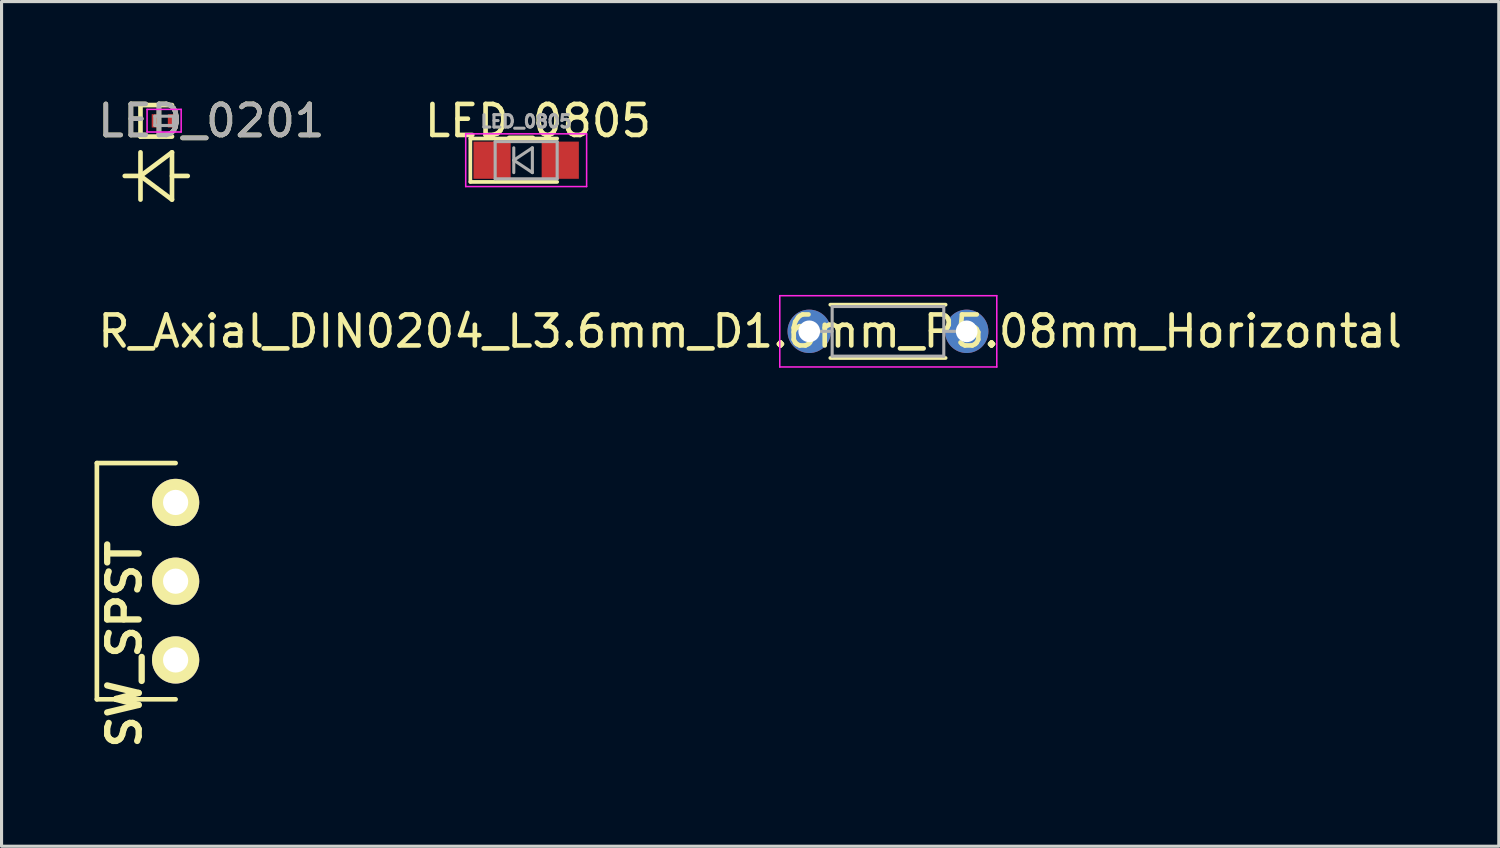
<source format=kicad_pcb>
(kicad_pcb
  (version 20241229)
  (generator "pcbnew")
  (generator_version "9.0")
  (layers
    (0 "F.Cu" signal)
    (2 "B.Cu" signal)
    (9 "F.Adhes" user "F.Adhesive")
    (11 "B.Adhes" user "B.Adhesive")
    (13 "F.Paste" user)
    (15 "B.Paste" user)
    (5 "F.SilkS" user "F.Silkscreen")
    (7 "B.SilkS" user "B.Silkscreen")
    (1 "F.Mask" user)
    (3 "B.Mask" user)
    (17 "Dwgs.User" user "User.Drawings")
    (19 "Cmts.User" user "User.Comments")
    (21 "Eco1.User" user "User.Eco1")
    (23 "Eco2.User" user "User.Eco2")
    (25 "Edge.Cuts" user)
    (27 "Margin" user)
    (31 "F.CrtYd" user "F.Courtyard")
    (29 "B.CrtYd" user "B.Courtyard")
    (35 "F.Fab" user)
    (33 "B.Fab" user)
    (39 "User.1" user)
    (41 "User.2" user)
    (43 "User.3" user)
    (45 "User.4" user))
  (footprint "LED_0201"
    (layer "F.Cu")
    (at 2.244 0.848)
    (property "Reference" "LED_0201" (at 1.524 0 0) (layer "F.SilkS") (effects (font (size 1 1) (thickness 0.15))))
    (attr smd)
    (fp_line (start -0.762 -0.508) (end -0.762 0.508) (stroke (width 0.15) (type solid)) (layer "F.SilkS"))
    (fp_line (start -0.762 0.508) (end 0.254 0.508) (stroke (width 0.15) (type solid)) (layer "F.SilkS"))
    (fp_line (start -0.762 1.778) (end -1.27 1.778) (stroke (width 0.15) (type solid)) (layer "F.SilkS"))
    (fp_line (start -0.762 1.778) (end 0.254 2.54) (stroke (width 0.15) (type solid)) (layer "F.SilkS"))
    (fp_line (start -0.762 2.54) (end -0.762 1.016) (stroke (width 0.15) (type solid)) (layer "F.SilkS"))
    (fp_line (start 0.254 -0.508) (end -0.762 -0.508) (stroke (width 0.15) (type solid)) (layer "F.SilkS"))
    (fp_line (start 0.254 1.016) (end -0.762 1.778) (stroke (width 0.15) (type solid)) (layer "F.SilkS"))
    (fp_line (start 0.254 1.016) (end 0.254 2.54) (stroke (width 0.15) (type solid)) (layer "F.SilkS"))
    (fp_line (start 0.254 1.778) (end 0.762 1.778) (stroke (width 0.15) (type solid)) (layer "F.SilkS"))
    (fp_line (start -0.55 -0.37) (end -0.55 0.36) (stroke (width 0.05) (type solid)) (layer "F.CrtYd"))
    (fp_line (start -0.55 -0.37) (end 0.55 -0.37) (stroke (width 0.05) (type solid)) (layer "F.CrtYd"))
    (fp_line (start 0.55 0.36) (end -0.55 0.36) (stroke (width 0.05) (type solid)) (layer "F.CrtYd"))
    (fp_line (start 0.55 0.36) (end 0.55 -0.37) (stroke (width 0.05) (type solid)) (layer "F.CrtYd"))
    (fp_line (start -0.3 -0.15) (end 0.3 -0.15) (stroke (width 0.1) (type solid)) (layer "F.Fab"))
    (fp_line (start -0.3 0.15) (end -0.3 -0.15) (stroke (width 0.1) (type solid)) (layer "F.Fab"))
    (fp_line (start 0.3 -0.15) (end 0.3 0.15) (stroke (width 0.1) (type solid)) (layer "F.Fab"))
    (fp_line (start 0.3 0.15) (end -0.3 0.15) (stroke (width 0.1) (type solid)) (layer "F.Fab"))
    (fp_text user "${REFERENCE}" (at 1.524 0 0) (layer "F.Fab") (effects (font (size 1 1) (thickness 0.15))))
    (pad "1" smd rect (at -0.26 0) (size 0.28 0.43) (layers "F.Cu" "F.Mask" "F.Paste"))
    (pad "2" smd rect (at 0.26 0) (size 0.28 0.43) (layers "F.Cu" "F.Mask" "F.Paste")))
  (footprint "R_Axial_DIN0204_L3.6mm_D1.6mm_P5.08mm_Horizontal"
    (layer "F.Cu")
    (at 23.054 7.638)
    (property "Reference" "R_Axial_DIN0204_L3.6mm_D1.6mm_P5.08mm_Horizontal" (at -1.905 0 0) (layer "F.SilkS") (effects (font (size 1 1) (thickness 0.15))))
    (attr through_hole)
    (fp_line (start 0.68 -0.86) (end 4.4 -0.86) (stroke (width 0.12) (type solid)) (layer "F.SilkS"))
    (fp_line (start 0.68 0.86) (end 4.4 0.86) (stroke (width 0.12) (type solid)) (layer "F.SilkS"))
    (fp_line (start -0.95 -1.15) (end -0.95 1.15) (stroke (width 0.05) (type solid)) (layer "F.CrtYd"))
    (fp_line (start -0.95 1.15) (end 6.05 1.15) (stroke (width 0.05) (type solid)) (layer "F.CrtYd"))
    (fp_line (start 6.05 -1.15) (end -0.95 -1.15) (stroke (width 0.05) (type solid)) (layer "F.CrtYd"))
    (fp_line (start 6.05 1.15) (end 6.05 -1.15) (stroke (width 0.05) (type solid)) (layer "F.CrtYd"))
    (fp_line (start 0 0) (end 0.74 0) (stroke (width 0.1) (type solid)) (layer "F.Fab"))
    (fp_line (start 0.74 -0.8) (end 0.74 0.8) (stroke (width 0.1) (type solid)) (layer "F.Fab"))
    (fp_line (start 0.74 0.8) (end 4.34 0.8) (stroke (width 0.1) (type solid)) (layer "F.Fab"))
    (fp_line (start 4.34 -0.8) (end 0.74 -0.8) (stroke (width 0.1) (type solid)) (layer "F.Fab"))
    (fp_line (start 4.34 0.8) (end 4.34 -0.8) (stroke (width 0.1) (type solid)) (layer "F.Fab"))
    (fp_line (start 5.08 0) (end 4.34 0) (stroke (width 0.1) (type solid)) (layer "F.Fab"))
    (pad "1" thru_hole circle (at 0 0) (size 1.4 1.4) (drill 0.7) (layers "*.Cu" "*.Mask"))
    (pad "2" thru_hole oval (at 5.08 0) (size 1.4 1.4) (drill 0.7) (layers "*.Cu" "*.Mask")))
  (footprint "LED_0805"
    (layer "F.Cu")
    (at 13.923 2.118)
    (property "Reference" "LED_0805" (at 0.381 -1.27 0) (layer "F.SilkS") (effects (font (size 1 1) (thickness 0.15))))
    (attr smd)
    (fp_line (start -1.8 -0.7) (end -1.8 0.7) (stroke (width 0.12) (type solid)) (layer "F.SilkS"))
    (fp_line (start -1.8 -0.7) (end 1 -0.7) (stroke (width 0.12) (type solid)) (layer "F.SilkS"))
    (fp_line (start -1.8 0.7) (end 1 0.7) (stroke (width 0.12) (type solid)) (layer "F.SilkS"))
    (fp_line (start -1.95 -0.85) (end 1.95 -0.85) (stroke (width 0.05) (type solid)) (layer "F.CrtYd"))
    (fp_line (start -1.95 0.85) (end -1.95 -0.85) (stroke (width 0.05) (type solid)) (layer "F.CrtYd"))
    (fp_line (start 1.95 -0.85) (end 1.95 0.85) (stroke (width 0.05) (type solid)) (layer "F.CrtYd"))
    (fp_line (start 1.95 0.85) (end -1.95 0.85) (stroke (width 0.05) (type solid)) (layer "F.CrtYd"))
    (fp_line (start -1 -0.6) (end 1 -0.6) (stroke (width 0.1) (type solid)) (layer "F.Fab"))
    (fp_line (start -1 0.6) (end -1 -0.6) (stroke (width 0.1) (type solid)) (layer "F.Fab"))
    (fp_line (start -0.4 -0.4) (end -0.4 0.4) (stroke (width 0.1) (type solid)) (layer "F.Fab"))
    (fp_line (start -0.4 0) (end 0.2 -0.4) (stroke (width 0.1) (type solid)) (layer "F.Fab"))
    (fp_line (start 0.2 -0.4) (end 0.2 0.4) (stroke (width 0.1) (type solid)) (layer "F.Fab"))
    (fp_line (start 0.2 0.4) (end -0.4 0) (stroke (width 0.1) (type solid)) (layer "F.Fab"))
    (fp_line (start 1 -0.6) (end 1 0.6) (stroke (width 0.1) (type solid)) (layer "F.Fab"))
    (fp_line (start 1 0.6) (end -1 0.6) (stroke (width 0.1) (type solid)) (layer "F.Fab"))
    (fp_text user "${REFERENCE}" (at 0 -1.25 0) (layer "F.Fab") (effects (font (size 0.4 0.4) (thickness 0.1))))
    (pad "1" smd rect (at -1.1 0 180) (size 1.2 1.2) (layers "F.Cu" "F.Mask" "F.Paste"))
    (pad "2" smd rect (at 1.1 0 180) (size 1.2 1.2) (layers "F.Cu" "F.Mask" "F.Paste")))
  (footprint "SW_SPST"
    (layer "F.Cu")
    (at 2.615 15.698)
    (property "Reference" "SW_SPST" (at -1.651 2.032 90) (layer "F.SilkS") (effects (font (size 1.016 1.016) (thickness 0.203))))
    (attr through_hole)
    (fp_line (start -2.54 -3.81) (end 0 -3.81) (stroke (width 0.15) (type solid)) (layer "F.SilkS"))
    (fp_line (start -2.54 3.81) (end -2.54 -3.81) (stroke (width 0.15) (type solid)) (layer "F.SilkS"))
    (fp_line (start 0 3.81) (end -2.54 3.81) (stroke (width 0.15) (type solid)) (layer "F.SilkS"))
    (pad "1" thru_hole circle (at 0 -2.54) (size 1.524 1.524) (drill 0.813) (layers "*.Cu" "*.Mask" "F.SilkS"))
    (pad "2" thru_hole circle (at 0 0) (size 1.524 1.524) (drill 0.813) (layers "*.Cu" "*.Mask" "F.SilkS"))
    (pad "3" thru_hole circle (at 0 2.54) (size 1.524 1.524) (drill 0.813) (layers "*.Cu" "*.Mask" "F.SilkS")))
  (gr_rect
    (start -3 -3)
    (end 45.298 24.248)
    (stroke (width 0.1) (type default))
    (fill no)
    (layer "Edge.Cuts")))
</source>
